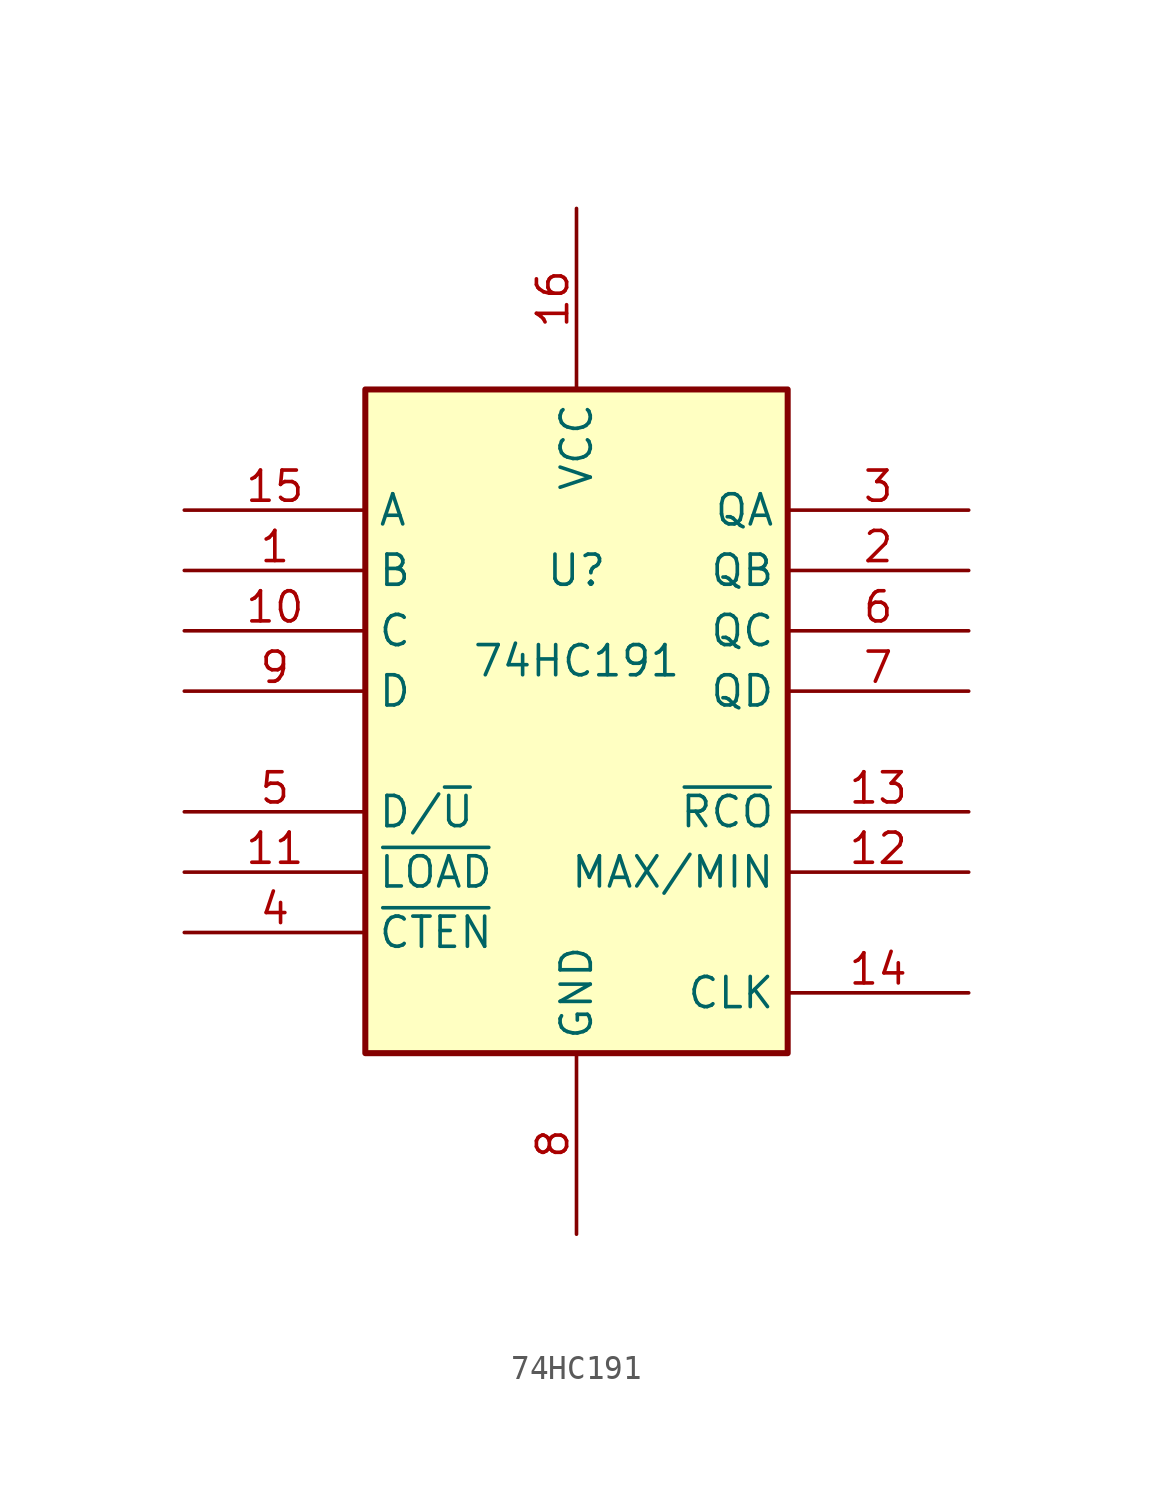
<source format=kicad_sym>
(kicad_symbol_lib
  (version 20211014)
  (generator kicad_symbol_editor)
  (symbol "74HC191"
    (property "Reference" "U"
      (at 0 0 0)
      (effects (font (size 1.27 1.27))))
    (property "Value" "74HC191"
      (at 0 -3.81 0)
      (effects (font (size 1.27 1.27))))
    (symbol "74HC191_0_1"
      (pin input line (at -16.51 0 0) (length 7.62) (name "B" (effects (font (size 1.27 1.27)))) (number "1" (effects (font (size 1.27 1.27)))))
      (pin input line (at -16.51 -2.54 0) (length 7.62) (name "C" (effects (font (size 1.27 1.27)))) (number "10" (effects (font (size 1.27 1.27)))))
      (pin input line (at -16.51 -12.7 0) (length 7.62) (name "~{LOAD}" (effects (font (size 1.27 1.27)))) (number "11" (effects (font (size 1.27 1.27)))))
      (pin output line (at 16.51 -12.7 180) (length 7.62) (name "MAX/MIN" (effects (font (size 1.27 1.27)))) (number "12" (effects (font (size 1.27 1.27)))))
      (pin output line (at 16.51 -10.16 180) (length 7.62) (name "~{RCO}" (effects (font (size 1.27 1.27)))) (number "13" (effects (font (size 1.27 1.27)))))
      (pin input line (at 16.51 -17.78 180) (length 7.62) (name "CLK" (effects (font (size 1.27 1.27)))) (number "14" (effects (font (size 1.27 1.27)))))
      (pin input line (at -16.51 2.54 0) (length 7.62) (name "A" (effects (font (size 1.27 1.27)))) (number "15" (effects (font (size 1.27 1.27)))))
      (pin power_in line (at 0 15.24 270) (length 7.62) (name "VCC" (effects (font (size 1.27 1.27)))) (number "16" (effects (font (size 1.27 1.27)))))
      (pin output line (at 16.51 0 180) (length 7.62) (name "QB" (effects (font (size 1.27 1.27)))) (number "2" (effects (font (size 1.27 1.27)))))
      (pin output line (at 16.51 2.54 180) (length 7.62) (name "QA" (effects (font (size 1.27 1.27)))) (number "3" (effects (font (size 1.27 1.27)))))
      (pin input line (at -16.51 -15.24 0) (length 7.62) (name "~{CTEN}" (effects (font (size 1.27 1.27)))) (number "4" (effects (font (size 1.27 1.27)))))
      (pin input line (at -16.51 -10.16 0) (length 7.62) (name "D/~{U}" (effects (font (size 1.27 1.27)))) (number "5" (effects (font (size 1.27 1.27)))))
      (pin output line (at 16.51 -2.54 180) (length 7.62) (name "QC" (effects (font (size 1.27 1.27)))) (number "6" (effects (font (size 1.27 1.27)))))
      (pin output line (at 16.51 -5.08 180) (length 7.62) (name "QD" (effects (font (size 1.27 1.27)))) (number "7" (effects (font (size 1.27 1.27)))))
      (pin power_in line (at 0 -27.94 90) (length 7.62) (name "GND" (effects (font (size 1.27 1.27)))) (number "8" (effects (font (size 1.27 1.27)))))
      (pin input line (at -16.51 -5.08 0) (length 7.62) (name "D" (effects (font (size 1.27 1.27)))) (number "9" (effects (font (size 1.27 1.27))))))
    (symbol "74HC191_1_1"
      (rectangle (start -8.89 7.62) (end 8.89 -20.32) (stroke (width 0.254) (type default) (color 0 0 0 0)) (fill (type background))))))
</source>
